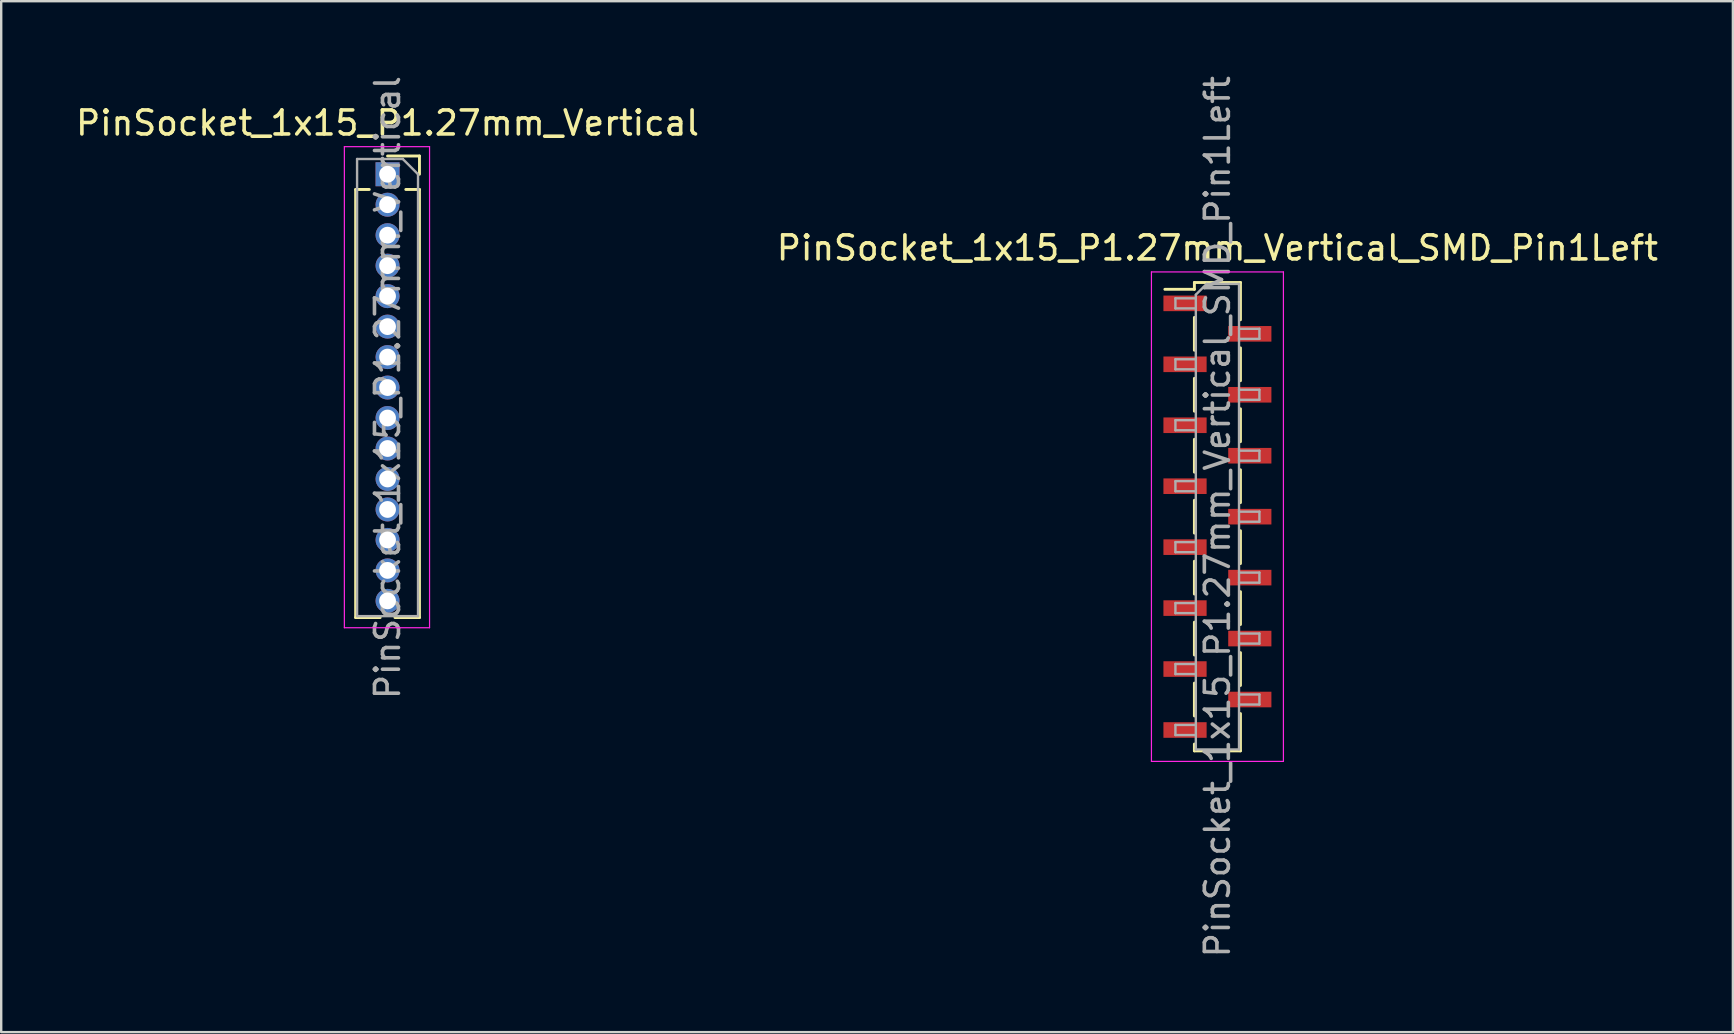
<source format=kicad_pcb>
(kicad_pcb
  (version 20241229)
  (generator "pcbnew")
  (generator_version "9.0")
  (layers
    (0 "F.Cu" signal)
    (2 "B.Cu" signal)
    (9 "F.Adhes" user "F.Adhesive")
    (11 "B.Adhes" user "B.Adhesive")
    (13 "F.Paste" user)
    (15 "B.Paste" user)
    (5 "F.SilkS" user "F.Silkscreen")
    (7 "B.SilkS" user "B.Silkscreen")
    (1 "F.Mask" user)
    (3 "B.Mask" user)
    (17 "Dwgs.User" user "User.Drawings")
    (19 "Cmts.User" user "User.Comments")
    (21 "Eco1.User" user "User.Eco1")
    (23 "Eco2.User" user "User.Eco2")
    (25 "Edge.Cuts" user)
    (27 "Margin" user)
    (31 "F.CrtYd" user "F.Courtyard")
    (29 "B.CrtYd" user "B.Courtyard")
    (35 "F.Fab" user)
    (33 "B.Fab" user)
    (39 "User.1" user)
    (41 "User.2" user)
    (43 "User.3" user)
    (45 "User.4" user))
  (footprint "PinSocket_1x15_P1.27mm_Vertical_SMD_Pin1Left"
    (layer "F.Cu")
    (at 47.685 18.482)
    (property "Reference" "PinSocket_1x15_P1.27mm_Vertical_SMD_Pin1Left" (at 0 -11.2 0) (layer "F.SilkS") (effects (font (size 1 1) (thickness 0.15))))
    (attr smd)
    (fp_line (start -2.19 -9.475) (end -0.96 -9.475) (stroke (width 0.12) (type solid)) (layer "F.SilkS"))
    (fp_line (start -0.96 -9.76) (end -0.96 -9.475) (stroke (width 0.12) (type solid)) (layer "F.SilkS"))
    (fp_line (start -0.96 -9.76) (end 0.96 -9.76) (stroke (width 0.12) (type solid)) (layer "F.SilkS"))
    (fp_line (start -0.96 -8.305) (end -0.96 -6.935) (stroke (width 0.12) (type solid)) (layer "F.SilkS"))
    (fp_line (start -0.96 -5.765) (end -0.96 -4.395) (stroke (width 0.12) (type solid)) (layer "F.SilkS"))
    (fp_line (start -0.96 -3.225) (end -0.96 -1.855) (stroke (width 0.12) (type solid)) (layer "F.SilkS"))
    (fp_line (start -0.96 -0.685) (end -0.96 0.685) (stroke (width 0.12) (type solid)) (layer "F.SilkS"))
    (fp_line (start -0.96 1.855) (end -0.96 3.225) (stroke (width 0.12) (type solid)) (layer "F.SilkS"))
    (fp_line (start -0.96 4.395) (end -0.96 5.765) (stroke (width 0.12) (type solid)) (layer "F.SilkS"))
    (fp_line (start -0.96 6.935) (end -0.96 8.305) (stroke (width 0.12) (type solid)) (layer "F.SilkS"))
    (fp_line (start -0.96 9.475) (end -0.96 9.76) (stroke (width 0.12) (type solid)) (layer "F.SilkS"))
    (fp_line (start -0.96 9.76) (end 0.96 9.76) (stroke (width 0.12) (type solid)) (layer "F.SilkS"))
    (fp_line (start 0.96 -9.76) (end 0.96 -8.205) (stroke (width 0.12) (type solid)) (layer "F.SilkS"))
    (fp_line (start 0.96 -7.035) (end 0.96 -5.665) (stroke (width 0.12) (type solid)) (layer "F.SilkS"))
    (fp_line (start 0.96 -4.495) (end 0.96 -3.125) (stroke (width 0.12) (type solid)) (layer "F.SilkS"))
    (fp_line (start 0.96 -1.955) (end 0.96 -0.585) (stroke (width 0.12) (type solid)) (layer "F.SilkS"))
    (fp_line (start 0.96 0.585) (end 0.96 1.955) (stroke (width 0.12) (type solid)) (layer "F.SilkS"))
    (fp_line (start 0.96 3.125) (end 0.96 4.495) (stroke (width 0.12) (type solid)) (layer "F.SilkS"))
    (fp_line (start 0.96 5.665) (end 0.96 7.035) (stroke (width 0.12) (type solid)) (layer "F.SilkS"))
    (fp_line (start 0.96 8.205) (end 0.96 9.76) (stroke (width 0.12) (type solid)) (layer "F.SilkS"))
    (fp_line (start -2.75 -10.2) (end 2.75 -10.2) (stroke (width 0.05) (type solid)) (layer "F.CrtYd"))
    (fp_line (start -2.75 10.2) (end -2.75 -10.2) (stroke (width 0.05) (type solid)) (layer "F.CrtYd"))
    (fp_line (start 2.75 -10.2) (end 2.75 10.2) (stroke (width 0.05) (type solid)) (layer "F.CrtYd"))
    (fp_line (start 2.75 10.2) (end -2.75 10.2) (stroke (width 0.05) (type solid)) (layer "F.CrtYd"))
    (fp_line (start -1.75 -9.1) (end -0.9 -9.1) (stroke (width 0.1) (type solid)) (layer "F.Fab"))
    (fp_line (start -1.75 -8.68) (end -1.75 -9.1) (stroke (width 0.1) (type solid)) (layer "F.Fab"))
    (fp_line (start -1.75 -6.56) (end -0.9 -6.56) (stroke (width 0.1) (type solid)) (layer "F.Fab"))
    (fp_line (start -1.75 -6.14) (end -1.75 -6.56) (stroke (width 0.1) (type solid)) (layer "F.Fab"))
    (fp_line (start -1.75 -4.02) (end -0.9 -4.02) (stroke (width 0.1) (type solid)) (layer "F.Fab"))
    (fp_line (start -1.75 -3.6) (end -1.75 -4.02) (stroke (width 0.1) (type solid)) (layer "F.Fab"))
    (fp_line (start -1.75 -1.48) (end -0.9 -1.48) (stroke (width 0.1) (type solid)) (layer "F.Fab"))
    (fp_line (start -1.75 -1.06) (end -1.75 -1.48) (stroke (width 0.1) (type solid)) (layer "F.Fab"))
    (fp_line (start -1.75 1.06) (end -0.9 1.06) (stroke (width 0.1) (type solid)) (layer "F.Fab"))
    (fp_line (start -1.75 1.48) (end -1.75 1.06) (stroke (width 0.1) (type solid)) (layer "F.Fab"))
    (fp_line (start -1.75 3.6) (end -0.9 3.6) (stroke (width 0.1) (type solid)) (layer "F.Fab"))
    (fp_line (start -1.75 4.02) (end -1.75 3.6) (stroke (width 0.1) (type solid)) (layer "F.Fab"))
    (fp_line (start -1.75 6.14) (end -0.9 6.14) (stroke (width 0.1) (type solid)) (layer "F.Fab"))
    (fp_line (start -1.75 6.56) (end -1.75 6.14) (stroke (width 0.1) (type solid)) (layer "F.Fab"))
    (fp_line (start -1.75 8.68) (end -0.9 8.68) (stroke (width 0.1) (type solid)) (layer "F.Fab"))
    (fp_line (start -1.75 9.1) (end -1.75 8.68) (stroke (width 0.1) (type solid)) (layer "F.Fab"))
    (fp_line (start -0.9 -9.25) (end -0.45 -9.7) (stroke (width 0.1) (type solid)) (layer "F.Fab"))
    (fp_line (start -0.9 -8.68) (end -1.75 -8.68) (stroke (width 0.1) (type solid)) (layer "F.Fab"))
    (fp_line (start -0.9 -6.14) (end -1.75 -6.14) (stroke (width 0.1) (type solid)) (layer "F.Fab"))
    (fp_line (start -0.9 -3.6) (end -1.75 -3.6) (stroke (width 0.1) (type solid)) (layer "F.Fab"))
    (fp_line (start -0.9 -1.06) (end -1.75 -1.06) (stroke (width 0.1) (type solid)) (layer "F.Fab"))
    (fp_line (start -0.9 1.48) (end -1.75 1.48) (stroke (width 0.1) (type solid)) (layer "F.Fab"))
    (fp_line (start -0.9 4.02) (end -1.75 4.02) (stroke (width 0.1) (type solid)) (layer "F.Fab"))
    (fp_line (start -0.9 6.56) (end -1.75 6.56) (stroke (width 0.1) (type solid)) (layer "F.Fab"))
    (fp_line (start -0.9 9.1) (end -1.75 9.1) (stroke (width 0.1) (type solid)) (layer "F.Fab"))
    (fp_line (start -0.9 9.7) (end -0.9 -9.25) (stroke (width 0.1) (type solid)) (layer "F.Fab"))
    (fp_line (start -0.45 -9.7) (end 0.9 -9.7) (stroke (width 0.1) (type solid)) (layer "F.Fab"))
    (fp_line (start 0.9 -9.7) (end 0.9 9.7) (stroke (width 0.1) (type solid)) (layer "F.Fab"))
    (fp_line (start 0.9 -7.83) (end 1.75 -7.83) (stroke (width 0.1) (type solid)) (layer "F.Fab"))
    (fp_line (start 0.9 -5.29) (end 1.75 -5.29) (stroke (width 0.1) (type solid)) (layer "F.Fab"))
    (fp_line (start 0.9 -2.75) (end 1.75 -2.75) (stroke (width 0.1) (type solid)) (layer "F.Fab"))
    (fp_line (start 0.9 -0.21) (end 1.75 -0.21) (stroke (width 0.1) (type solid)) (layer "F.Fab"))
    (fp_line (start 0.9 2.33) (end 1.75 2.33) (stroke (width 0.1) (type solid)) (layer "F.Fab"))
    (fp_line (start 0.9 4.87) (end 1.75 4.87) (stroke (width 0.1) (type solid)) (layer "F.Fab"))
    (fp_line (start 0.9 7.41) (end 1.75 7.41) (stroke (width 0.1) (type solid)) (layer "F.Fab"))
    (fp_line (start 0.9 9.7) (end -0.9 9.7) (stroke (width 0.1) (type solid)) (layer "F.Fab"))
    (fp_line (start 1.75 -7.83) (end 1.75 -7.41) (stroke (width 0.1) (type solid)) (layer "F.Fab"))
    (fp_line (start 1.75 -7.41) (end 0.9 -7.41) (stroke (width 0.1) (type solid)) (layer "F.Fab"))
    (fp_line (start 1.75 -5.29) (end 1.75 -4.87) (stroke (width 0.1) (type solid)) (layer "F.Fab"))
    (fp_line (start 1.75 -4.87) (end 0.9 -4.87) (stroke (width 0.1) (type solid)) (layer "F.Fab"))
    (fp_line (start 1.75 -2.75) (end 1.75 -2.33) (stroke (width 0.1) (type solid)) (layer "F.Fab"))
    (fp_line (start 1.75 -2.33) (end 0.9 -2.33) (stroke (width 0.1) (type solid)) (layer "F.Fab"))
    (fp_line (start 1.75 -0.21) (end 1.75 0.21) (stroke (width 0.1) (type solid)) (layer "F.Fab"))
    (fp_line (start 1.75 0.21) (end 0.9 0.21) (stroke (width 0.1) (type solid)) (layer "F.Fab"))
    (fp_line (start 1.75 2.33) (end 1.75 2.75) (stroke (width 0.1) (type solid)) (layer "F.Fab"))
    (fp_line (start 1.75 2.75) (end 0.9 2.75) (stroke (width 0.1) (type solid)) (layer "F.Fab"))
    (fp_line (start 1.75 4.87) (end 1.75 5.29) (stroke (width 0.1) (type solid)) (layer "F.Fab"))
    (fp_line (start 1.75 5.29) (end 0.9 5.29) (stroke (width 0.1) (type solid)) (layer "F.Fab"))
    (fp_line (start 1.75 7.41) (end 1.75 7.83) (stroke (width 0.1) (type solid)) (layer "F.Fab"))
    (fp_line (start 1.75 7.83) (end 0.9 7.83) (stroke (width 0.1) (type solid)) (layer "F.Fab"))
    (fp_text user "${REFERENCE}" (at 0 0 90) (layer "F.Fab") (effects (font (size 1 1) (thickness 0.15))))
    (pad "1" smd rect (at -1.35 -8.89) (size 1.8 0.65) (layers "F.Cu" "F.Mask" "F.Paste"))
    (pad "2" smd rect (at 1.35 -7.62) (size 1.8 0.65) (layers "F.Cu" "F.Mask" "F.Paste"))
    (pad "3" smd rect (at -1.35 -6.35) (size 1.8 0.65) (layers "F.Cu" "F.Mask" "F.Paste"))
    (pad "4" smd rect (at 1.35 -5.08) (size 1.8 0.65) (layers "F.Cu" "F.Mask" "F.Paste"))
    (pad "5" smd rect (at -1.35 -3.81) (size 1.8 0.65) (layers "F.Cu" "F.Mask" "F.Paste"))
    (pad "6" smd rect (at 1.35 -2.54) (size 1.8 0.65) (layers "F.Cu" "F.Mask" "F.Paste"))
    (pad "7" smd rect (at -1.35 -1.27) (size 1.8 0.65) (layers "F.Cu" "F.Mask" "F.Paste"))
    (pad "8" smd rect (at 1.35 0) (size 1.8 0.65) (layers "F.Cu" "F.Mask" "F.Paste"))
    (pad "9" smd rect (at -1.35 1.27) (size 1.8 0.65) (layers "F.Cu" "F.Mask" "F.Paste"))
    (pad "10" smd rect (at 1.35 2.54) (size 1.8 0.65) (layers "F.Cu" "F.Mask" "F.Paste"))
    (pad "11" smd rect (at -1.35 3.81) (size 1.8 0.65) (layers "F.Cu" "F.Mask" "F.Paste"))
    (pad "12" smd rect (at 1.35 5.08) (size 1.8 0.65) (layers "F.Cu" "F.Mask" "F.Paste"))
    (pad "13" smd rect (at -1.35 6.35) (size 1.8 0.65) (layers "F.Cu" "F.Mask" "F.Paste"))
    (pad "14" smd rect (at 1.35 7.62) (size 1.8 0.65) (layers "F.Cu" "F.Mask" "F.Paste"))
    (pad "15" smd rect (at -1.35 8.89) (size 1.8 0.65) (layers "F.Cu" "F.Mask" "F.Paste")))
  (footprint "PinSocket_1x15_P1.27mm_Vertical"
    (layer "F.Cu")
    (at 13.101 4.211)
    (property "Reference" "PinSocket_1x15_P1.27mm_Vertical" (at 0 -2.135 0) (layer "F.SilkS") (effects (font (size 1 1) (thickness 0.15))))
    (attr through_hole)
    (fp_line (start -1.33 0.635) (end -1.33 18.475) (stroke (width 0.12) (type solid)) (layer "F.SilkS"))
    (fp_line (start -1.33 0.635) (end -0.76 0.635) (stroke (width 0.12) (type solid)) (layer "F.SilkS"))
    (fp_line (start -1.33 18.475) (end -0.308 18.475) (stroke (width 0.12) (type solid)) (layer "F.SilkS"))
    (fp_line (start 0 -0.76) (end 1.33 -0.76) (stroke (width 0.12) (type solid)) (layer "F.SilkS"))
    (fp_line (start 0.308 18.475) (end 1.33 18.475) (stroke (width 0.12) (type solid)) (layer "F.SilkS"))
    (fp_line (start 0.76 0.635) (end 1.33 0.635) (stroke (width 0.12) (type solid)) (layer "F.SilkS"))
    (fp_line (start 1.33 -0.76) (end 1.33 0) (stroke (width 0.12) (type solid)) (layer "F.SilkS"))
    (fp_line (start 1.33 0.635) (end 1.33 18.475) (stroke (width 0.12) (type solid)) (layer "F.SilkS"))
    (fp_line (start -1.8 -1.15) (end 1.75 -1.15) (stroke (width 0.05) (type solid)) (layer "F.CrtYd"))
    (fp_line (start -1.8 18.9) (end -1.8 -1.15) (stroke (width 0.05) (type solid)) (layer "F.CrtYd"))
    (fp_line (start 1.75 -1.15) (end 1.75 18.9) (stroke (width 0.05) (type solid)) (layer "F.CrtYd"))
    (fp_line (start 1.75 18.9) (end -1.8 18.9) (stroke (width 0.05) (type solid)) (layer "F.CrtYd"))
    (fp_line (start -1.27 -0.635) (end 0.635 -0.635) (stroke (width 0.1) (type solid)) (layer "F.Fab"))
    (fp_line (start -1.27 18.415) (end -1.27 -0.635) (stroke (width 0.1) (type solid)) (layer "F.Fab"))
    (fp_line (start 0.635 -0.635) (end 1.27 0) (stroke (width 0.1) (type solid)) (layer "F.Fab"))
    (fp_line (start 1.27 0) (end 1.27 18.415) (stroke (width 0.1) (type solid)) (layer "F.Fab"))
    (fp_line (start 1.27 18.415) (end -1.27 18.415) (stroke (width 0.1) (type solid)) (layer "F.Fab"))
    (fp_text user "${REFERENCE}" (at 0 8.89 90) (layer "F.Fab") (effects (font (size 1 1) (thickness 0.15))))
    (pad "1" thru_hole rect (at 0 0) (size 1 1) (drill 0.7) (layers "*.Cu" "*.Mask"))
    (pad "2" thru_hole oval (at 0 1.27) (size 1 1) (drill 0.7) (layers "*.Cu" "*.Mask"))
    (pad "3" thru_hole oval (at 0 2.54) (size 1 1) (drill 0.7) (layers "*.Cu" "*.Mask"))
    (pad "4" thru_hole oval (at 0 3.81) (size 1 1) (drill 0.7) (layers "*.Cu" "*.Mask"))
    (pad "5" thru_hole oval (at 0 5.08) (size 1 1) (drill 0.7) (layers "*.Cu" "*.Mask"))
    (pad "6" thru_hole oval (at 0 6.35) (size 1 1) (drill 0.7) (layers "*.Cu" "*.Mask"))
    (pad "7" thru_hole oval (at 0 7.62) (size 1 1) (drill 0.7) (layers "*.Cu" "*.Mask"))
    (pad "8" thru_hole oval (at 0 8.89) (size 1 1) (drill 0.7) (layers "*.Cu" "*.Mask"))
    (pad "9" thru_hole oval (at 0 10.16) (size 1 1) (drill 0.7) (layers "*.Cu" "*.Mask"))
    (pad "10" thru_hole oval (at 0 11.43) (size 1 1) (drill 0.7) (layers "*.Cu" "*.Mask"))
    (pad "11" thru_hole oval (at 0 12.7) (size 1 1) (drill 0.7) (layers "*.Cu" "*.Mask"))
    (pad "12" thru_hole oval (at 0 13.97) (size 1 1) (drill 0.7) (layers "*.Cu" "*.Mask"))
    (pad "13" thru_hole oval (at 0 15.24) (size 1 1) (drill 0.7) (layers "*.Cu" "*.Mask"))
    (pad "14" thru_hole oval (at 0 16.51) (size 1 1) (drill 0.7) (layers "*.Cu" "*.Mask"))
    (pad "15" thru_hole oval (at 0 17.78) (size 1 1) (drill 0.7) (layers "*.Cu" "*.Mask")))
  (gr_rect
    (start -3 -3)
    (end 69.167 39.964)
    (stroke (width 0.1) (type default))
    (fill no)
    (layer "Edge.Cuts")))
</source>
